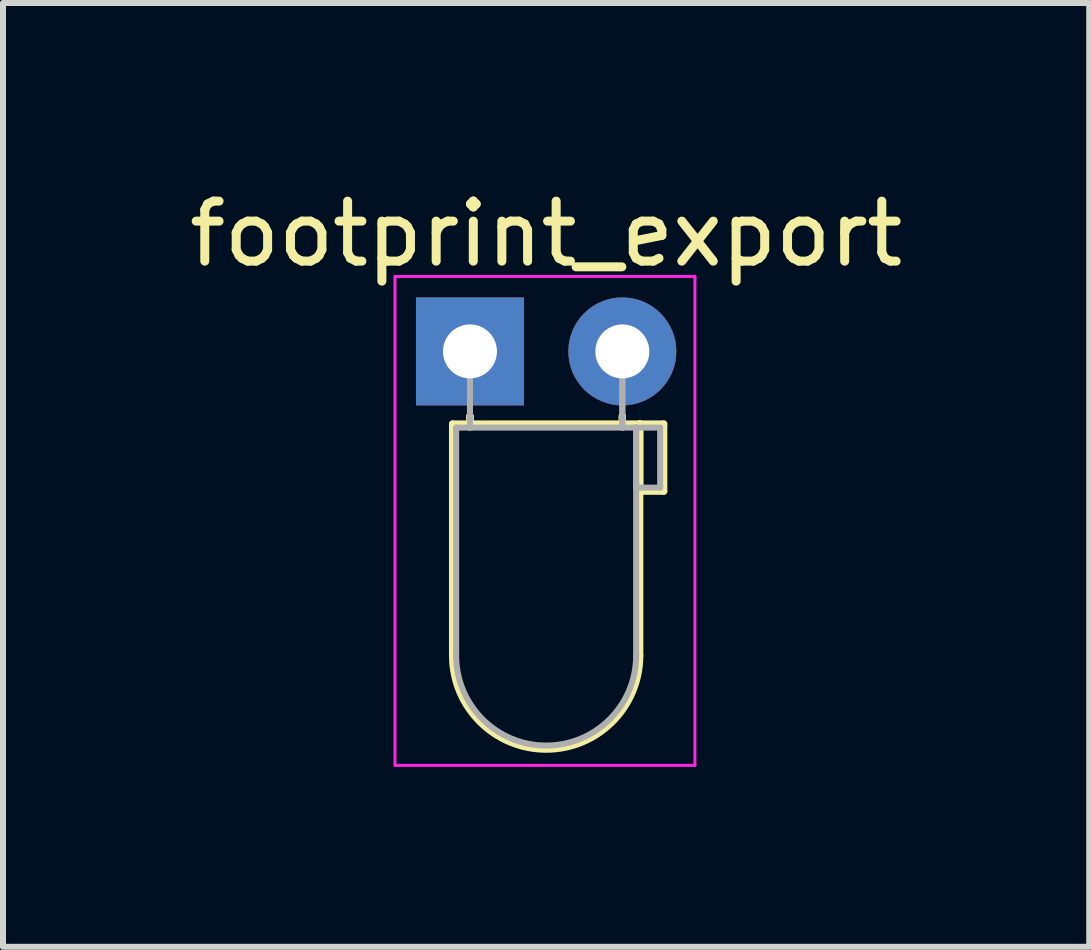
<source format=kicad_pcb>
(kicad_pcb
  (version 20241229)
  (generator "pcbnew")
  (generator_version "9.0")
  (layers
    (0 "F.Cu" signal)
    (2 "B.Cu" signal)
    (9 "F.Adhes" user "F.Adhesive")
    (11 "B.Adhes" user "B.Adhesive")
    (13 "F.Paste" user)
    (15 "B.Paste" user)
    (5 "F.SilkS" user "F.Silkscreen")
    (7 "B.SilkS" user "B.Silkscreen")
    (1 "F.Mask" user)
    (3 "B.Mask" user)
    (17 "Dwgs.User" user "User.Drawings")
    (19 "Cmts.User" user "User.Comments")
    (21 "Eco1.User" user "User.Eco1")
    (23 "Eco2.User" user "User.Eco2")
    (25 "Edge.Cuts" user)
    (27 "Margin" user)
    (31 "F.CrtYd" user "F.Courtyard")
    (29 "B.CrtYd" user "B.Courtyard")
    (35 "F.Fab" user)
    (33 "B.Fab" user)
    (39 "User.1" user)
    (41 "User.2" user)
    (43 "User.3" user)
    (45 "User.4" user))
  (footprint "footprint_export"
    (layer "F.Cu")
    (at 4.784 2.808)
    (property "Reference" "footprint_export" (at 1.27 -1.96 0) (layer "F.SilkS") (effects (font (size 1 1) (thickness 0.15))))
    (attr through_hole)
    (fp_line (start -0.29 1.21) (end -0.29 5.07) (stroke (width 0.12) (type solid)) (layer "F.SilkS"))
    (fp_line (start -0.29 1.21) (end 2.83 1.21) (stroke (width 0.12) (type solid)) (layer "F.SilkS"))
    (fp_line (start 0 1.08) (end 0 1.08) (stroke (width 0.12) (type solid)) (layer "F.SilkS"))
    (fp_line (start 0 1.08) (end 0 1.21) (stroke (width 0.12) (type solid)) (layer "F.SilkS"))
    (fp_line (start 0 1.21) (end 0 1.08) (stroke (width 0.12) (type solid)) (layer "F.SilkS"))
    (fp_line (start 0 1.21) (end 0 1.21) (stroke (width 0.12) (type solid)) (layer "F.SilkS"))
    (fp_line (start 2.54 1.08) (end 2.54 1.08) (stroke (width 0.12) (type solid)) (layer "F.SilkS"))
    (fp_line (start 2.54 1.08) (end 2.54 1.21) (stroke (width 0.12) (type solid)) (layer "F.SilkS"))
    (fp_line (start 2.54 1.21) (end 2.54 1.08) (stroke (width 0.12) (type solid)) (layer "F.SilkS"))
    (fp_line (start 2.54 1.21) (end 2.54 1.21) (stroke (width 0.12) (type solid)) (layer "F.SilkS"))
    (fp_line (start 2.83 1.21) (end 2.83 5.07) (stroke (width 0.12) (type solid)) (layer "F.SilkS"))
    (fp_line (start 2.83 1.21) (end 3.23 1.21) (stroke (width 0.12) (type solid)) (layer "F.SilkS"))
    (fp_line (start 2.83 2.33) (end 2.83 1.21) (stroke (width 0.12) (type solid)) (layer "F.SilkS"))
    (fp_line (start 3.23 1.21) (end 3.23 2.33) (stroke (width 0.12) (type solid)) (layer "F.SilkS"))
    (fp_line (start 3.23 2.33) (end 2.83 2.33) (stroke (width 0.12) (type solid)) (layer "F.SilkS"))
    (fp_arc (start 2.83 5.07) (mid 1.27 6.63) (end -0.29 5.07) (stroke (width 0.12) (type solid)) (layer "F.SilkS"))
    (fp_line (start -1.25 -1.25) (end -1.25 6.9) (stroke (width 0.05) (type solid)) (layer "F.CrtYd"))
    (fp_line (start -1.25 6.9) (end 3.75 6.9) (stroke (width 0.05) (type solid)) (layer "F.CrtYd"))
    (fp_line (start 3.75 -1.25) (end -1.25 -1.25) (stroke (width 0.05) (type solid)) (layer "F.CrtYd"))
    (fp_line (start 3.75 6.9) (end 3.75 -1.25) (stroke (width 0.05) (type solid)) (layer "F.CrtYd"))
    (fp_line (start -0.23 1.27) (end -0.23 5.07) (stroke (width 0.1) (type solid)) (layer "F.Fab"))
    (fp_line (start -0.23 1.27) (end 2.77 1.27) (stroke (width 0.1) (type solid)) (layer "F.Fab"))
    (fp_line (start 0 0) (end 0 0) (stroke (width 0.1) (type solid)) (layer "F.Fab"))
    (fp_line (start 0 0) (end 0 1.27) (stroke (width 0.1) (type solid)) (layer "F.Fab"))
    (fp_line (start 0 1.27) (end 0 0) (stroke (width 0.1) (type solid)) (layer "F.Fab"))
    (fp_line (start 0 1.27) (end 0 1.27) (stroke (width 0.1) (type solid)) (layer "F.Fab"))
    (fp_line (start 2.54 0) (end 2.54 0) (stroke (width 0.1) (type solid)) (layer "F.Fab"))
    (fp_line (start 2.54 0) (end 2.54 1.27) (stroke (width 0.1) (type solid)) (layer "F.Fab"))
    (fp_line (start 2.54 1.27) (end 2.54 0) (stroke (width 0.1) (type solid)) (layer "F.Fab"))
    (fp_line (start 2.54 1.27) (end 2.54 1.27) (stroke (width 0.1) (type solid)) (layer "F.Fab"))
    (fp_line (start 2.77 1.27) (end 2.77 5.07) (stroke (width 0.1) (type solid)) (layer "F.Fab"))
    (fp_line (start 2.77 1.27) (end 3.17 1.27) (stroke (width 0.1) (type solid)) (layer "F.Fab"))
    (fp_line (start 2.77 2.27) (end 2.77 1.27) (stroke (width 0.1) (type solid)) (layer "F.Fab"))
    (fp_line (start 3.17 1.27) (end 3.17 2.27) (stroke (width 0.1) (type solid)) (layer "F.Fab"))
    (fp_line (start 3.17 2.27) (end 2.77 2.27) (stroke (width 0.1) (type solid)) (layer "F.Fab"))
    (fp_arc (start 2.77 5.07) (mid 1.27 6.57) (end -0.23 5.07) (stroke (width 0.1) (type solid)) (layer "F.Fab"))
    (pad "1" thru_hole rect (at 0 0) (size 1.8 1.8) (drill 0.9) (layers "*.Cu" "*.Mask"))
    (pad "2" thru_hole circle (at 2.54 0) (size 1.8 1.8) (drill 0.9) (layers "*.Cu" "*.Mask")))
  (gr_rect
    (start -3 -3)
    (end 15.107 12.733)
    (stroke (width 0.1) (type default))
    (fill no)
    (layer "Edge.Cuts")))
</source>
